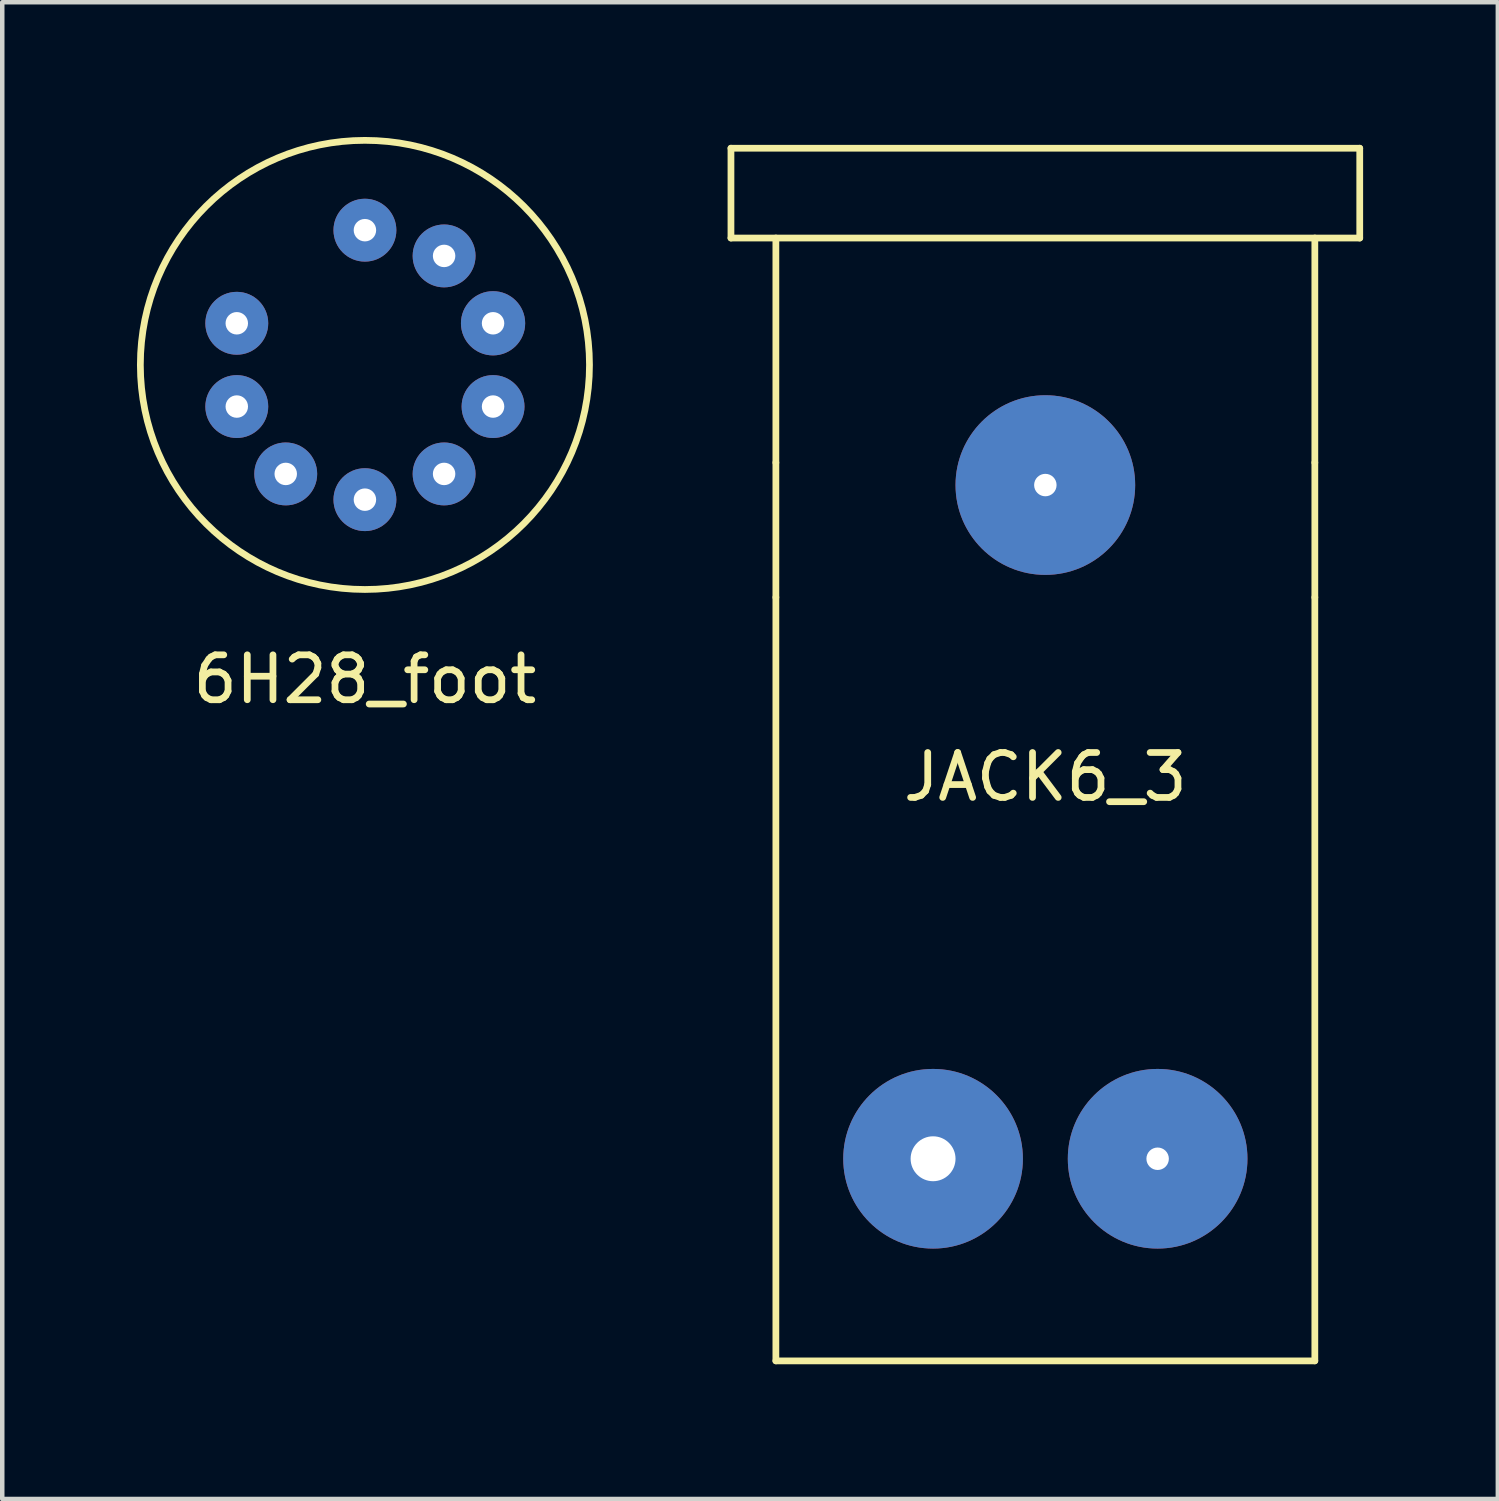
<source format=kicad_pcb>
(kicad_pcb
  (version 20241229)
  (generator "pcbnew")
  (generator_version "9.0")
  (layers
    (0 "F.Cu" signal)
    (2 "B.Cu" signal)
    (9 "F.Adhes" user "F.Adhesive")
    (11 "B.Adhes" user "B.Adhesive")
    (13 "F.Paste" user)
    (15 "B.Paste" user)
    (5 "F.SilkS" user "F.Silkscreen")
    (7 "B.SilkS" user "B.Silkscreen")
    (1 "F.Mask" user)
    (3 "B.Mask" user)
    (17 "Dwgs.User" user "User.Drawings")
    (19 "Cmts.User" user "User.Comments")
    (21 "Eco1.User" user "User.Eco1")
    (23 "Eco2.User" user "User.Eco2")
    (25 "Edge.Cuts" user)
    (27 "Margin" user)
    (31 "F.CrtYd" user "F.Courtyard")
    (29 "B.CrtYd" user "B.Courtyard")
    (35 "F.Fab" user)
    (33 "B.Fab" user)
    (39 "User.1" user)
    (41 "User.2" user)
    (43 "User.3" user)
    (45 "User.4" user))
  (footprint "6H28_foot"
    (layer "F.Cu")
    (at 5.075 5.075)
    (property "Reference" "6H28_foot" (at 0 7 180) (layer "F.SilkS") (effects (font (size 1 1) (thickness 0.15))))
    (attr through_hole)
    (fp_circle (center 0 0) (end 5 0) (stroke (width 0.15) (type solid)) (fill no) (layer "F.SilkS"))
    (pad "1" thru_hole circle (at -2.853 -0.927 72) (size 1.4 1.4) (drill 0.5) (layers "*.Cu" "*.Mask"))
    (pad "2" thru_hole circle (at -2.853 0.927 108) (size 1.4 1.4) (drill 0.5) (layers "*.Cu" "*.Mask"))
    (pad "3" thru_hole circle (at -1.763 2.427 144) (size 1.4 1.4) (drill 0.5) (layers "*.Cu" "*.Mask"))
    (pad "4" thru_hole circle (at 0 3 180) (size 1.4 1.4) (drill 0.5) (layers "*.Cu" "*.Mask"))
    (pad "5" thru_hole circle (at 1.763 2.427 216) (size 1.4 1.4) (drill 0.5) (layers "*.Cu" "*.Mask"))
    (pad "6" thru_hole circle (at 2.853 0.927 252) (size 1.4 1.4) (drill 0.5) (layers "*.Cu" "*.Mask"))
    (pad "7" thru_hole circle (at 2.853 -0.927 288) (size 1.43 1.43) (drill 0.5) (layers "*.Cu" "*.Mask"))
    (pad "8" thru_hole circle (at 1.763 -2.427 324) (size 1.4 1.4) (drill 0.5) (layers "*.Cu" "*.Mask"))
    (pad "9" thru_hole circle (at 0 -3) (size 1.4 1.4) (drill 0.5) (layers "*.Cu" "*.Mask")))
  (footprint "JACK6_3"
    (layer "F.Cu")
    (at 20.225 0.25)
    (property "Reference" "JACK6_3" (at 0 14 0) (layer "F.SilkS") (effects (font (size 1 1) (thickness 0.15))))
    (attr through_hole)
    (fp_line (start -7 0) (end 7 0) (stroke (width 0.15) (type solid)) (layer "F.SilkS"))
    (fp_line (start -7 2) (end -7 0) (stroke (width 0.15) (type solid)) (layer "F.SilkS"))
    (fp_line (start -6 2) (end -6 7) (stroke (width 0.15) (type solid)) (layer "F.SilkS"))
    (fp_line (start -6 7) (end -6 10) (stroke (width 0.15) (type solid)) (layer "F.SilkS"))
    (fp_line (start -6 10) (end -6 27) (stroke (width 0.15) (type solid)) (layer "F.SilkS"))
    (fp_line (start -6 27) (end 6 27) (stroke (width 0.15) (type solid)) (layer "F.SilkS"))
    (fp_line (start 6 2) (end 6 7) (stroke (width 0.15) (type solid)) (layer "F.SilkS"))
    (fp_line (start 6 7) (end 6 10) (stroke (width 0.15) (type solid)) (layer "F.SilkS"))
    (fp_line (start 6 27) (end 6 10) (stroke (width 0.15) (type solid)) (layer "F.SilkS"))
    (fp_line (start 7 0) (end 7 2) (stroke (width 0.15) (type solid)) (layer "F.SilkS"))
    (fp_line (start 7 2) (end -7 2) (stroke (width 0.15) (type solid)) (layer "F.SilkS"))
    (pad "1" thru_hole circle (at 0 7.5) (size 4 4) (drill 0.5) (layers "*.Cu" "*.Mask"))
    (pad "2" thru_hole circle (at -2.5 22.5) (size 4 4) (drill 1) (layers "*.Cu" "*.Mask"))
    (pad "3" thru_hole circle (at 2.5 22.5) (size 4 4) (drill 0.5) (layers "*.Cu" "*.Mask")))
  (gr_rect
    (start -3 -3)
    (end 30.3 30.325)
    (stroke (width 0.1) (type default))
    (fill no)
    (layer "Edge.Cuts")))
</source>
